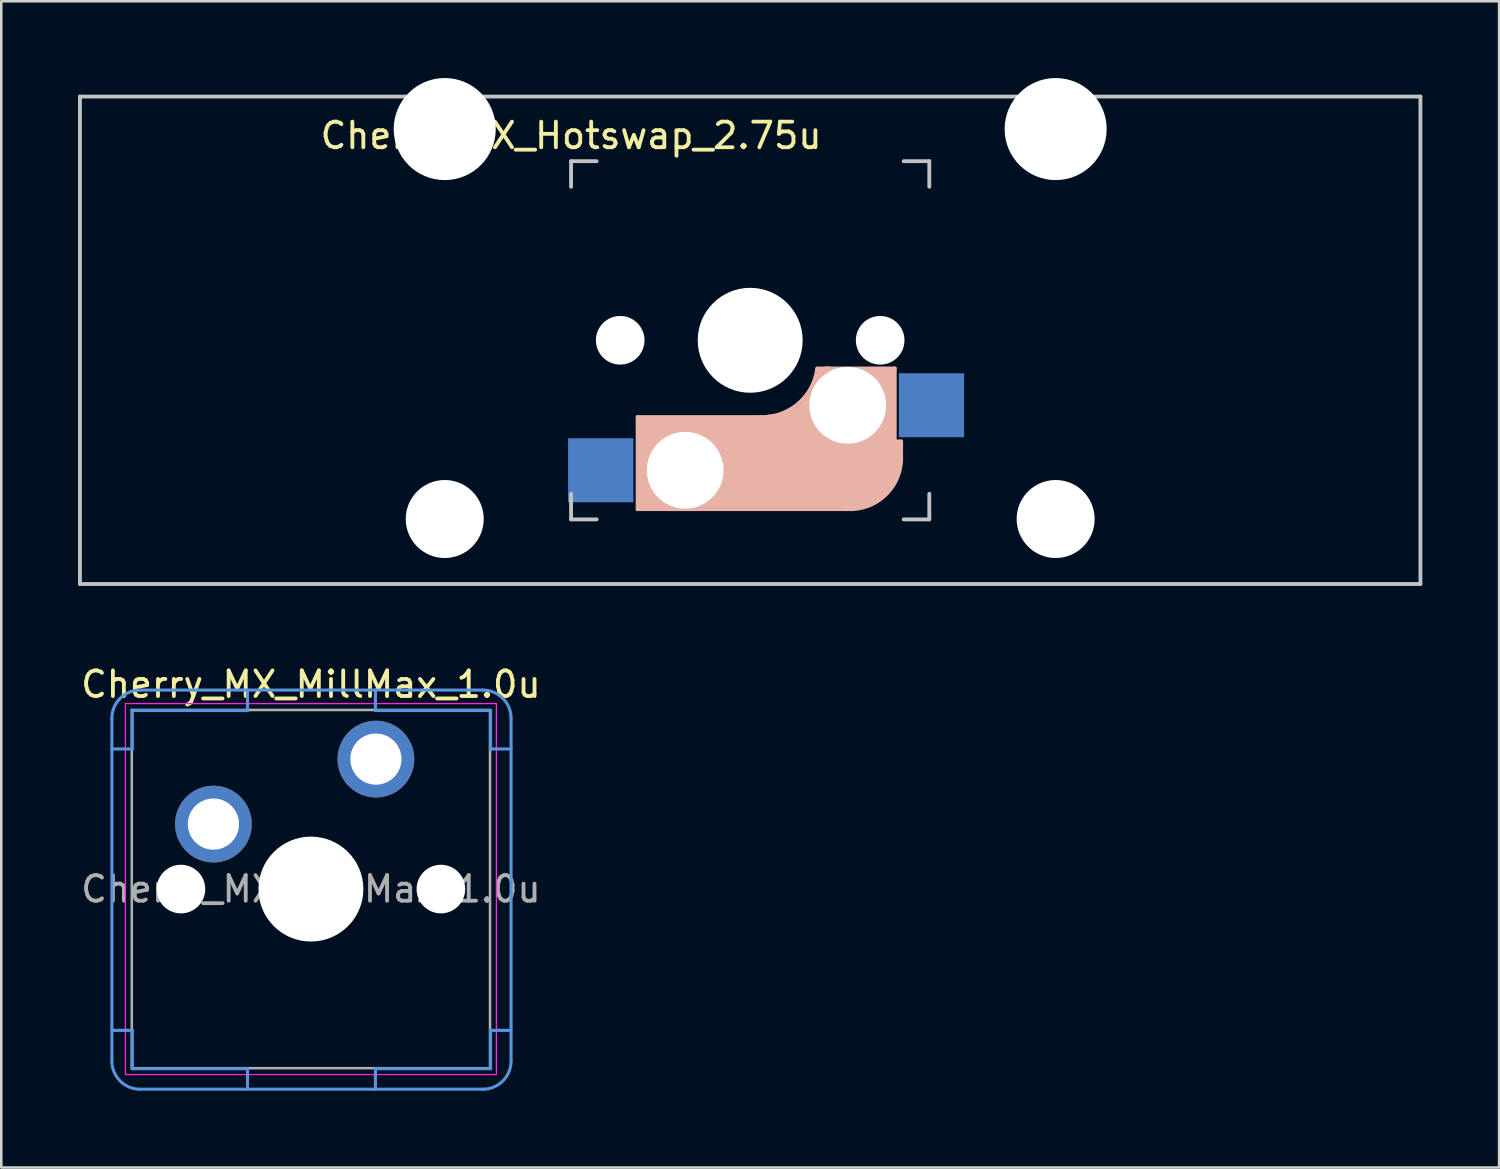
<source format=kicad_pcb>
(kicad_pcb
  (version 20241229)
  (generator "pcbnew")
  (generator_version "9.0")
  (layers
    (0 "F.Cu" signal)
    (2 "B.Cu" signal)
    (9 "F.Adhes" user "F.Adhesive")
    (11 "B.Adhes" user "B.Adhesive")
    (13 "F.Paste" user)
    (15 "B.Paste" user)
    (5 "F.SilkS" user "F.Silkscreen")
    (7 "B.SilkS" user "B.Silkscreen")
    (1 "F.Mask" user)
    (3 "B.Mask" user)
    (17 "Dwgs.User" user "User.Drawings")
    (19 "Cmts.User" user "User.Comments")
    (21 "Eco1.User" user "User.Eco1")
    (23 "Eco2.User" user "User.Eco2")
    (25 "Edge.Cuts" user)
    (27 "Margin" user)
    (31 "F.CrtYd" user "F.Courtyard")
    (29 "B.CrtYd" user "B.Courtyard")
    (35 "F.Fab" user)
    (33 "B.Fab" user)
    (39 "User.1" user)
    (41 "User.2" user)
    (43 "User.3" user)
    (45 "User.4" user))
  (footprint "Cherry_MX_MillMax_1.0u"
    (layer "F.Cu")
    (at 9.101 31.697)
    (property "Reference" "Cherry_MX_MillMax_1.0u" (at 0 -8 0) (layer "F.SilkS") (effects (font (size 1 1) (thickness 0.15))))
    (attr through_hole)
    (fp_line (start -7.778 -6.678) (end -7.778 6.722) (stroke (width 0.12) (type solid)) (layer "Cmts.User"))
    (fp_line (start -6.978 -6.978) (end -2.478 -6.978) (stroke (width 0.12) (type solid)) (layer "Cmts.User"))
    (fp_line (start -6.978 -5.478) (end -7.778 -5.478) (stroke (width 0.12) (type solid)) (layer "Cmts.User"))
    (fp_line (start -6.978 -5.478) (end -6.978 -6.978) (stroke (width 0.12) (type solid)) (layer "Cmts.User"))
    (fp_line (start -6.978 5.522) (end -7.778 5.522) (stroke (width 0.12) (type solid)) (layer "Cmts.User"))
    (fp_line (start -6.978 5.522) (end -6.978 7.022) (stroke (width 0.12) (type solid)) (layer "Cmts.User"))
    (fp_line (start -6.978 7.022) (end -2.478 7.022) (stroke (width 0.12) (type solid)) (layer "Cmts.User"))
    (fp_line (start -6.678 7.822) (end 6.722 7.822) (stroke (width 0.12) (type solid)) (layer "Cmts.User"))
    (fp_line (start -2.478 -6.978) (end -2.478 -7.778) (stroke (width 0.12) (type solid)) (layer "Cmts.User"))
    (fp_line (start -2.478 7.022) (end -2.478 7.822) (stroke (width 0.12) (type solid)) (layer "Cmts.User"))
    (fp_line (start 2.522 -6.978) (end 2.522 -7.778) (stroke (width 0.12) (type solid)) (layer "Cmts.User"))
    (fp_line (start 2.522 7.022) (end 2.522 7.822) (stroke (width 0.12) (type solid)) (layer "Cmts.User"))
    (fp_line (start 6.722 -7.778) (end -6.678 -7.778) (stroke (width 0.12) (type solid)) (layer "Cmts.User"))
    (fp_line (start 7.022 -6.978) (end 2.522 -6.978) (stroke (width 0.12) (type solid)) (layer "Cmts.User"))
    (fp_line (start 7.022 -5.478) (end 7.022 -6.978) (stroke (width 0.12) (type solid)) (layer "Cmts.User"))
    (fp_line (start 7.022 -5.478) (end 7.822 -5.478) (stroke (width 0.12) (type solid)) (layer "Cmts.User"))
    (fp_line (start 7.022 5.522) (end 7.022 7.022) (stroke (width 0.12) (type solid)) (layer "Cmts.User"))
    (fp_line (start 7.022 5.522) (end 7.822 5.522) (stroke (width 0.12) (type solid)) (layer "Cmts.User"))
    (fp_line (start 7.022 7.022) (end 2.522 7.022) (stroke (width 0.12) (type solid)) (layer "Cmts.User"))
    (fp_line (start 7.822 6.722) (end 7.822 -6.678) (stroke (width 0.12) (type solid)) (layer "Cmts.User"))
    (fp_arc (start -7.777817 -6.677817) (mid -7.455634 -7.455634) (end -6.677817 -7.777817) (stroke (width 0.12) (type solid)) (layer "Cmts.User"))
    (fp_arc (start -6.677817 7.822183) (mid -7.455634 7.5) (end -7.777817 6.722183) (stroke (width 0.12) (type solid)) (layer "Cmts.User"))
    (fp_arc (start 6.722183 -7.777817) (mid 7.5 -7.455634) (end 7.822183 -6.677817) (stroke (width 0.12) (type solid)) (layer "Cmts.User"))
    (fp_arc (start 7.822183 6.722183) (mid 7.5 7.5) (end 6.722183 7.822183) (stroke (width 0.12) (type solid)) (layer "Cmts.User"))
    (fp_line (start -7 -7) (end -7 7) (stroke (width 0.1) (type solid)) (layer "Eco1.User"))
    (fp_line (start -7 7) (end 7 7) (stroke (width 0.1) (type solid)) (layer "Eco1.User"))
    (fp_line (start 7 -7) (end -7 -7) (stroke (width 0.1) (type solid)) (layer "Eco1.User"))
    (fp_line (start 7 7) (end 7 -7) (stroke (width 0.1) (type solid)) (layer "Eco1.User"))
    (fp_line (start -7.25 -7.25) (end -7.25 7.25) (stroke (width 0.05) (type solid)) (layer "F.CrtYd"))
    (fp_line (start -7.25 7.25) (end 7.25 7.25) (stroke (width 0.05) (type solid)) (layer "F.CrtYd"))
    (fp_line (start 7.25 -7.25) (end -7.25 -7.25) (stroke (width 0.05) (type solid)) (layer "F.CrtYd"))
    (fp_line (start 7.25 7.25) (end 7.25 -7.25) (stroke (width 0.05) (type solid)) (layer "F.CrtYd"))
    (fp_line (start -7 -7) (end -7 7) (stroke (width 0.1) (type solid)) (layer "F.Fab"))
    (fp_line (start -7 7) (end 7 7) (stroke (width 0.1) (type solid)) (layer "F.Fab"))
    (fp_line (start 7 -7) (end -7 -7) (stroke (width 0.1) (type solid)) (layer "F.Fab"))
    (fp_line (start 7 7) (end 7 -7) (stroke (width 0.1) (type solid)) (layer "F.Fab"))
    (fp_text user "${REFERENCE}" (at 0 0 0) (layer "F.Fab") (effects (font (size 1 1) (thickness 0.15))))
    (pad "" np_thru_hole circle (at -5.08 0) (size 1.9 1.9) (drill 1.9) (layers "*.Cu" "*.Mask"))
    (pad "" np_thru_hole circle (at 0 0) (size 4.1 4.1) (drill 4.1) (layers "*.Cu" "*.Mask"))
    (pad "" np_thru_hole circle (at 5.08 0) (size 1.9 1.9) (drill 1.9) (layers "*.Cu" "*.Mask"))
    (pad "1" thru_hole circle (at -3.81 -2.54) (size 3 3) (drill 2) (layers "*.Cu" "B.Mask"))
    (pad "2" thru_hole circle (at 2.54 -5.08) (size 3 3) (drill 2) (layers "*.Cu" "B.Mask")))
  (footprint "Cherry_MX_Hotswap_2.75u"
    (layer "F.Cu")
    (at 26.269 10.249)
    (property "Reference" "Cherry_MX_Hotswap_2.75u" (at -7 -8 180) (layer "F.SilkS") (effects (font (size 1 1) (thickness 0.15))))
    (attr through_hole)
    (fp_line (start -4.4 3) (end -4.4 6.6) (stroke (width 0.15) (type solid)) (layer "B.SilkS"))
    (fp_line (start -4.4 6.6) (end 3.8 6.6) (stroke (width 0.15) (type solid)) (layer "B.SilkS"))
    (fp_line (start -4.38 4) (end -4.38 6.25) (stroke (width 0.15) (type solid)) (layer "B.SilkS"))
    (fp_line (start -4.25 6.4) (end -3 6.4) (stroke (width 0.4) (type solid)) (layer "B.SilkS"))
    (fp_line (start -4.2 3.25) (end -2.9 3.3) (stroke (width 0.5) (type solid)) (layer "B.SilkS"))
    (fp_line (start -3.9 6) (end -3.9 3.5) (stroke (width 1) (type solid)) (layer "B.SilkS"))
    (fp_line (start -2.6 4.8) (end 4.1 4.8) (stroke (width 3.5) (type solid)) (layer "B.SilkS"))
    (fp_line (start 0.4 3) (end -4.4 3) (stroke (width 0.15) (type solid)) (layer "B.SilkS"))
    (fp_line (start 4.17 5.1) (end 4.17 2.86) (stroke (width 3) (type solid)) (layer "B.SilkS"))
    (fp_line (start 5.3 1.6) (end 5.3 3.4) (stroke (width 0.8) (type solid)) (layer "B.SilkS"))
    (fp_line (start 5.45 1.3) (end 3 1.3) (stroke (width 0.5) (type solid)) (layer "B.SilkS"))
    (fp_line (start 5.65 1.1) (end 2.62 1.1) (stroke (width 0.15) (type solid)) (layer "B.SilkS"))
    (fp_line (start 5.65 5.55) (end 5.65 1.1) (stroke (width 0.15) (type solid)) (layer "B.SilkS"))
    (fp_line (start 5.8 4.05) (end 5.8 4.7) (stroke (width 0.3) (type solid)) (layer "B.SilkS"))
    (fp_line (start 5.9 3.95) (end 5.7 3.95) (stroke (width 0.15) (type solid)) (layer "B.SilkS"))
    (fp_line (start 5.9 4.7) (end 5.9 3.95) (stroke (width 0.15) (type solid)) (layer "B.SilkS"))
    (fp_arc (start 2.616318 1.121471) (mid 1.868709 2.486118) (end 0.4 3) (stroke (width 0.15) (type solid)) (layer "B.SilkS"))
    (fp_arc (start 3.016318 1.521471) (mid 2.268709 2.886118) (end 0.8 3.4) (stroke (width 1) (type solid)) (layer "B.SilkS"))
    (fp_arc (start 5.9 4.699999) (mid 5.243504 6.084924) (end 3.800001 6.6) (stroke (width 0.15) (type solid)) (layer "B.SilkS"))
    (fp_line (start -26.194 -9.525) (end 26.194 -9.525) (stroke (width 0.15) (type solid)) (layer "Dwgs.User"))
    (fp_line (start -26.194 9.525) (end -26.194 -9.525) (stroke (width 0.15) (type solid)) (layer "Dwgs.User"))
    (fp_line (start -7 -7) (end -7 -6) (stroke (width 0.15) (type solid)) (layer "Dwgs.User"))
    (fp_line (start -7 7) (end -7 6) (stroke (width 0.15) (type solid)) (layer "Dwgs.User"))
    (fp_line (start -7 7) (end -6 7) (stroke (width 0.15) (type solid)) (layer "Dwgs.User"))
    (fp_line (start -6 -7) (end -7 -7) (stroke (width 0.15) (type solid)) (layer "Dwgs.User"))
    (fp_line (start 7 -7) (end 6 -7) (stroke (width 0.15) (type solid)) (layer "Dwgs.User"))
    (fp_line (start 7 -6) (end 7 -7) (stroke (width 0.15) (type solid)) (layer "Dwgs.User"))
    (fp_line (start 7 6) (end 7 7) (stroke (width 0.15) (type solid)) (layer "Dwgs.User"))
    (fp_line (start 7 7) (end 6 7) (stroke (width 0.15) (type solid)) (layer "Dwgs.User"))
    (fp_line (start 26.194 -9.525) (end 26.194 9.525) (stroke (width 0.15) (type solid)) (layer "Dwgs.User"))
    (fp_line (start 26.194 9.525) (end -26.194 9.525) (stroke (width 0.15) (type solid)) (layer "Dwgs.User"))
    (pad "" np_thru_hole circle (at -11.938 -8.255 180) (size 3.988 3.988) (drill 3.988) (layers "*.Cu" "*.Mask"))
    (pad "" np_thru_hole circle (at -11.938 6.985 180) (size 3.048 3.048) (drill 3.048) (layers "*.Cu" "*.Mask"))
    (pad "" np_thru_hole circle (at -5.08 0 180) (size 1.9 1.9) (drill 1.9) (layers "*.Cu" "*.Mask"))
    (pad "" np_thru_hole circle (at -2.54 5.08 180) (size 3 3) (drill 3) (layers "*.Cu" "*.Mask"))
    (pad "" np_thru_hole circle (at 0 0 270) (size 4.1 4.1) (drill 4.1) (layers "*.Cu" "*.Mask"))
    (pad "" np_thru_hole circle (at 3.81 2.54 180) (size 3 3) (drill 3) (layers "*.Cu" "*.Mask"))
    (pad "" np_thru_hole circle (at 5.08 0 180) (size 1.9 1.9) (drill 1.9) (layers "*.Cu" "*.Mask"))
    (pad "" np_thru_hole circle (at 11.938 -8.255 180) (size 3.988 3.988) (drill 3.988) (layers "*.Cu" "*.Mask"))
    (pad "" np_thru_hole circle (at 11.938 6.985 180) (size 3.048 3.048) (drill 3.048) (layers "*.Cu" "*.Mask"))
    (pad "1" smd rect (at 7.085 2.54) (size 2.55 2.5) (layers "B.Cu" "B.Mask" "B.Paste"))
    (pad "2" smd rect (at -5.842 5.08) (size 2.55 2.5) (layers "B.Cu" "B.Mask" "B.Paste")))
  (gr_rect
    (start -3 -3)
    (end 55.538 42.579)
    (stroke (width 0.1) (type default))
    (fill no)
    (layer "Edge.Cuts")))
</source>
